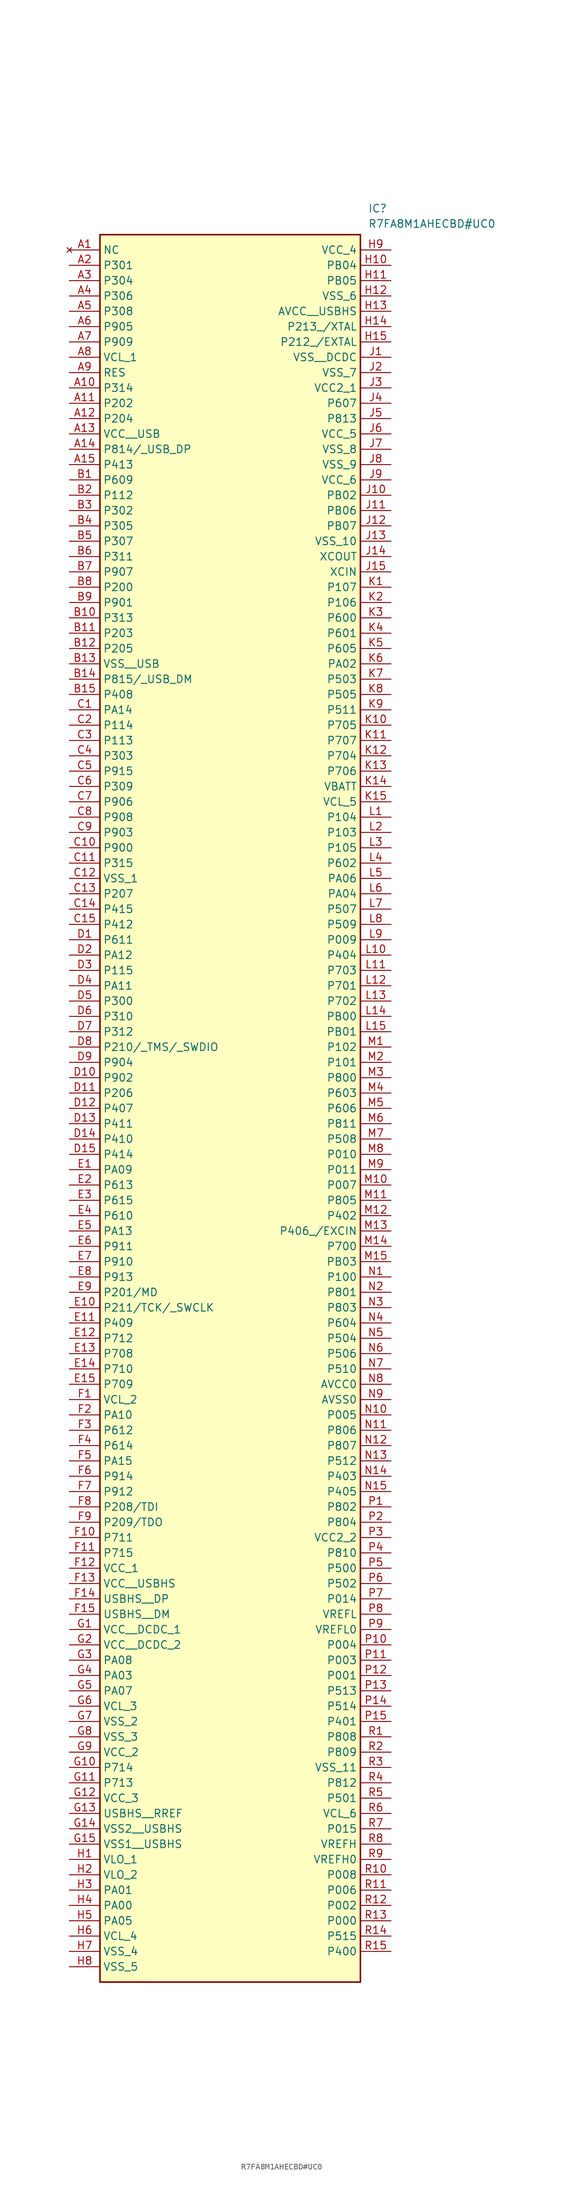
<source format=kicad_sym>
(kicad_symbol_lib
  (version 20211014)
  (generator SamacSys_ECAD_Model)
  (symbol "R7FA8M1AHECBD#UC0"
    (property "Reference" "IC"
      (at 49.53 7.62 0)
      (effects (font (size 1.27 1.27)) (justify left top)))
    (property "Value" "R7FA8M1AHECBD#UC0"
      (at 49.53 5.08 0)
      (effects (font (size 1.27 1.27)) (justify left top)))
    (rectangle
      (start 5.08 2.54)
      (end 48.26 -287.02)
      (stroke (width 0.254) (type default))
      (fill (type background)))
    (pin no_connect line
      (at 0 0 0)
      (length 5.08)
      (name "NC" (effects (font (size 1.27 1.27))))
      (number "A1" (effects (font (size 1.27 1.27)))))
    (pin passive line
      (at 0 -2.54 0)
      (length 5.08)
      (name "P301" (effects (font (size 1.27 1.27))))
      (number "A2" (effects (font (size 1.27 1.27)))))
    (pin passive line
      (at 0 -5.08 0)
      (length 5.08)
      (name "P304" (effects (font (size 1.27 1.27))))
      (number "A3" (effects (font (size 1.27 1.27)))))
    (pin passive line
      (at 0 -7.62 0)
      (length 5.08)
      (name "P306" (effects (font (size 1.27 1.27))))
      (number "A4" (effects (font (size 1.27 1.27)))))
    (pin passive line
      (at 0 -10.16 0)
      (length 5.08)
      (name "P308" (effects (font (size 1.27 1.27))))
      (number "A5" (effects (font (size 1.27 1.27)))))
    (pin passive line
      (at 0 -12.7 0)
      (length 5.08)
      (name "P905" (effects (font (size 1.27 1.27))))
      (number "A6" (effects (font (size 1.27 1.27)))))
    (pin passive line
      (at 0 -15.24 0)
      (length 5.08)
      (name "P909" (effects (font (size 1.27 1.27))))
      (number "A7" (effects (font (size 1.27 1.27)))))
    (pin passive line
      (at 0 -17.78 0)
      (length 5.08)
      (name "VCL_1" (effects (font (size 1.27 1.27))))
      (number "A8" (effects (font (size 1.27 1.27)))))
    (pin passive line
      (at 0 -20.32 0)
      (length 5.08)
      (name "RES" (effects (font (size 1.27 1.27))))
      (number "A9" (effects (font (size 1.27 1.27)))))
    (pin passive line
      (at 0 -22.86 0)
      (length 5.08)
      (name "P314" (effects (font (size 1.27 1.27))))
      (number "A10" (effects (font (size 1.27 1.27)))))
    (pin passive line
      (at 0 -25.4 0)
      (length 5.08)
      (name "P202" (effects (font (size 1.27 1.27))))
      (number "A11" (effects (font (size 1.27 1.27)))))
    (pin passive line
      (at 0 -27.94 0)
      (length 5.08)
      (name "P204" (effects (font (size 1.27 1.27))))
      (number "A12" (effects (font (size 1.27 1.27)))))
    (pin passive line
      (at 0 -30.48 0)
      (length 5.08)
      (name "VCC__USB" (effects (font (size 1.27 1.27))))
      (number "A13" (effects (font (size 1.27 1.27)))))
    (pin passive line
      (at 0 -33.02 0)
      (length 5.08)
      (name "P814/_USB_DP" (effects (font (size 1.27 1.27))))
      (number "A14" (effects (font (size 1.27 1.27)))))
    (pin passive line
      (at 0 -35.56 0)
      (length 5.08)
      (name "P413" (effects (font (size 1.27 1.27))))
      (number "A15" (effects (font (size 1.27 1.27)))))
    (pin passive line
      (at 0 -38.1 0)
      (length 5.08)
      (name "P609" (effects (font (size 1.27 1.27))))
      (number "B1" (effects (font (size 1.27 1.27)))))
    (pin passive line
      (at 0 -40.64 0)
      (length 5.08)
      (name "P112" (effects (font (size 1.27 1.27))))
      (number "B2" (effects (font (size 1.27 1.27)))))
    (pin passive line
      (at 0 -43.18 0)
      (length 5.08)
      (name "P302" (effects (font (size 1.27 1.27))))
      (number "B3" (effects (font (size 1.27 1.27)))))
    (pin passive line
      (at 0 -45.72 0)
      (length 5.08)
      (name "P305" (effects (font (size 1.27 1.27))))
      (number "B4" (effects (font (size 1.27 1.27)))))
    (pin passive line
      (at 0 -48.26 0)
      (length 5.08)
      (name "P307" (effects (font (size 1.27 1.27))))
      (number "B5" (effects (font (size 1.27 1.27)))))
    (pin passive line
      (at 0 -50.8 0)
      (length 5.08)
      (name "P311" (effects (font (size 1.27 1.27))))
      (number "B6" (effects (font (size 1.27 1.27)))))
    (pin passive line
      (at 0 -53.34 0)
      (length 5.08)
      (name "P907" (effects (font (size 1.27 1.27))))
      (number "B7" (effects (font (size 1.27 1.27)))))
    (pin passive line
      (at 0 -55.88 0)
      (length 5.08)
      (name "P200" (effects (font (size 1.27 1.27))))
      (number "B8" (effects (font (size 1.27 1.27)))))
    (pin passive line
      (at 0 -58.42 0)
      (length 5.08)
      (name "P901" (effects (font (size 1.27 1.27))))
      (number "B9" (effects (font (size 1.27 1.27)))))
    (pin passive line
      (at 0 -60.96 0)
      (length 5.08)
      (name "P313" (effects (font (size 1.27 1.27))))
      (number "B10" (effects (font (size 1.27 1.27)))))
    (pin passive line
      (at 0 -63.5 0)
      (length 5.08)
      (name "P203" (effects (font (size 1.27 1.27))))
      (number "B11" (effects (font (size 1.27 1.27)))))
    (pin passive line
      (at 0 -66.04 0)
      (length 5.08)
      (name "P205" (effects (font (size 1.27 1.27))))
      (number "B12" (effects (font (size 1.27 1.27)))))
    (pin passive line
      (at 0 -68.58 0)
      (length 5.08)
      (name "VSS__USB" (effects (font (size 1.27 1.27))))
      (number "B13" (effects (font (size 1.27 1.27)))))
    (pin passive line
      (at 0 -71.12 0)
      (length 5.08)
      (name "P815/_USB_DM" (effects (font (size 1.27 1.27))))
      (number "B14" (effects (font (size 1.27 1.27)))))
    (pin passive line
      (at 0 -73.66 0)
      (length 5.08)
      (name "P408" (effects (font (size 1.27 1.27))))
      (number "B15" (effects (font (size 1.27 1.27)))))
    (pin passive line
      (at 0 -76.2 0)
      (length 5.08)
      (name "PA14" (effects (font (size 1.27 1.27))))
      (number "C1" (effects (font (size 1.27 1.27)))))
    (pin passive line
      (at 0 -78.74 0)
      (length 5.08)
      (name "P114" (effects (font (size 1.27 1.27))))
      (number "C2" (effects (font (size 1.27 1.27)))))
    (pin passive line
      (at 0 -81.28 0)
      (length 5.08)
      (name "P113" (effects (font (size 1.27 1.27))))
      (number "C3" (effects (font (size 1.27 1.27)))))
    (pin passive line
      (at 0 -83.82 0)
      (length 5.08)
      (name "P303" (effects (font (size 1.27 1.27))))
      (number "C4" (effects (font (size 1.27 1.27)))))
    (pin passive line
      (at 0 -86.36 0)
      (length 5.08)
      (name "P915" (effects (font (size 1.27 1.27))))
      (number "C5" (effects (font (size 1.27 1.27)))))
    (pin passive line
      (at 0 -88.9 0)
      (length 5.08)
      (name "P309" (effects (font (size 1.27 1.27))))
      (number "C6" (effects (font (size 1.27 1.27)))))
    (pin passive line
      (at 0 -91.44 0)
      (length 5.08)
      (name "P906" (effects (font (size 1.27 1.27))))
      (number "C7" (effects (font (size 1.27 1.27)))))
    (pin passive line
      (at 0 -93.98 0)
      (length 5.08)
      (name "P908" (effects (font (size 1.27 1.27))))
      (number "C8" (effects (font (size 1.27 1.27)))))
    (pin passive line
      (at 0 -96.52 0)
      (length 5.08)
      (name "P903" (effects (font (size 1.27 1.27))))
      (number "C9" (effects (font (size 1.27 1.27)))))
    (pin passive line
      (at 0 -99.06 0)
      (length 5.08)
      (name "P900" (effects (font (size 1.27 1.27))))
      (number "C10" (effects (font (size 1.27 1.27)))))
    (pin passive line
      (at 0 -101.6 0)
      (length 5.08)
      (name "P315" (effects (font (size 1.27 1.27))))
      (number "C11" (effects (font (size 1.27 1.27)))))
    (pin passive line
      (at 0 -104.14 0)
      (length 5.08)
      (name "VSS_1" (effects (font (size 1.27 1.27))))
      (number "C12" (effects (font (size 1.27 1.27)))))
    (pin passive line
      (at 0 -106.68 0)
      (length 5.08)
      (name "P207" (effects (font (size 1.27 1.27))))
      (number "C13" (effects (font (size 1.27 1.27)))))
    (pin passive line
      (at 0 -109.22 0)
      (length 5.08)
      (name "P415" (effects (font (size 1.27 1.27))))
      (number "C14" (effects (font (size 1.27 1.27)))))
    (pin passive line
      (at 0 -111.76 0)
      (length 5.08)
      (name "P412" (effects (font (size 1.27 1.27))))
      (number "C15" (effects (font (size 1.27 1.27)))))
    (pin passive line
      (at 0 -114.3 0)
      (length 5.08)
      (name "P611" (effects (font (size 1.27 1.27))))
      (number "D1" (effects (font (size 1.27 1.27)))))
    (pin passive line
      (at 0 -116.84 0)
      (length 5.08)
      (name "PA12" (effects (font (size 1.27 1.27))))
      (number "D2" (effects (font (size 1.27 1.27)))))
    (pin passive line
      (at 0 -119.38 0)
      (length 5.08)
      (name "P115" (effects (font (size 1.27 1.27))))
      (number "D3" (effects (font (size 1.27 1.27)))))
    (pin passive line
      (at 0 -121.92 0)
      (length 5.08)
      (name "PA11" (effects (font (size 1.27 1.27))))
      (number "D4" (effects (font (size 1.27 1.27)))))
    (pin passive line
      (at 0 -124.46 0)
      (length 5.08)
      (name "P300" (effects (font (size 1.27 1.27))))
      (number "D5" (effects (font (size 1.27 1.27)))))
    (pin passive line
      (at 0 -127 0)
      (length 5.08)
      (name "P310" (effects (font (size 1.27 1.27))))
      (number "D6" (effects (font (size 1.27 1.27)))))
    (pin passive line
      (at 0 -129.54 0)
      (length 5.08)
      (name "P312" (effects (font (size 1.27 1.27))))
      (number "D7" (effects (font (size 1.27 1.27)))))
    (pin passive line
      (at 0 -132.08 0)
      (length 5.08)
      (name "P210/_TMS/_SWDIO" (effects (font (size 1.27 1.27))))
      (number "D8" (effects (font (size 1.27 1.27)))))
    (pin passive line
      (at 0 -134.62 0)
      (length 5.08)
      (name "P904" (effects (font (size 1.27 1.27))))
      (number "D9" (effects (font (size 1.27 1.27)))))
    (pin passive line
      (at 0 -137.16 0)
      (length 5.08)
      (name "P902" (effects (font (size 1.27 1.27))))
      (number "D10" (effects (font (size 1.27 1.27)))))
    (pin passive line
      (at 0 -139.7 0)
      (length 5.08)
      (name "P206" (effects (font (size 1.27 1.27))))
      (number "D11" (effects (font (size 1.27 1.27)))))
    (pin passive line
      (at 0 -142.24 0)
      (length 5.08)
      (name "P407" (effects (font (size 1.27 1.27))))
      (number "D12" (effects (font (size 1.27 1.27)))))
    (pin passive line
      (at 0 -144.78 0)
      (length 5.08)
      (name "P411" (effects (font (size 1.27 1.27))))
      (number "D13" (effects (font (size 1.27 1.27)))))
    (pin passive line
      (at 0 -147.32 0)
      (length 5.08)
      (name "P410" (effects (font (size 1.27 1.27))))
      (number "D14" (effects (font (size 1.27 1.27)))))
    (pin passive line
      (at 0 -149.86 0)
      (length 5.08)
      (name "P414" (effects (font (size 1.27 1.27))))
      (number "D15" (effects (font (size 1.27 1.27)))))
    (pin passive line
      (at 0 -152.4 0)
      (length 5.08)
      (name "PA09" (effects (font (size 1.27 1.27))))
      (number "E1" (effects (font (size 1.27 1.27)))))
    (pin passive line
      (at 0 -154.94 0)
      (length 5.08)
      (name "P613" (effects (font (size 1.27 1.27))))
      (number "E2" (effects (font (size 1.27 1.27)))))
    (pin passive line
      (at 0 -157.48 0)
      (length 5.08)
      (name "P615" (effects (font (size 1.27 1.27))))
      (number "E3" (effects (font (size 1.27 1.27)))))
    (pin passive line
      (at 0 -160.02 0)
      (length 5.08)
      (name "P610" (effects (font (size 1.27 1.27))))
      (number "E4" (effects (font (size 1.27 1.27)))))
    (pin passive line
      (at 0 -162.56 0)
      (length 5.08)
      (name "PA13" (effects (font (size 1.27 1.27))))
      (number "E5" (effects (font (size 1.27 1.27)))))
    (pin passive line
      (at 0 -165.1 0)
      (length 5.08)
      (name "P911" (effects (font (size 1.27 1.27))))
      (number "E6" (effects (font (size 1.27 1.27)))))
    (pin passive line
      (at 0 -167.64 0)
      (length 5.08)
      (name "P910" (effects (font (size 1.27 1.27))))
      (number "E7" (effects (font (size 1.27 1.27)))))
    (pin passive line
      (at 0 -170.18 0)
      (length 5.08)
      (name "P913" (effects (font (size 1.27 1.27))))
      (number "E8" (effects (font (size 1.27 1.27)))))
    (pin passive line
      (at 0 -172.72 0)
      (length 5.08)
      (name "P201/MD" (effects (font (size 1.27 1.27))))
      (number "E9" (effects (font (size 1.27 1.27)))))
    (pin passive line
      (at 0 -175.26 0)
      (length 5.08)
      (name "P211/TCK/_SWCLK" (effects (font (size 1.27 1.27))))
      (number "E10" (effects (font (size 1.27 1.27)))))
    (pin passive line
      (at 0 -177.8 0)
      (length 5.08)
      (name "P409" (effects (font (size 1.27 1.27))))
      (number "E11" (effects (font (size 1.27 1.27)))))
    (pin passive line
      (at 0 -180.34 0)
      (length 5.08)
      (name "P712" (effects (font (size 1.27 1.27))))
      (number "E12" (effects (font (size 1.27 1.27)))))
    (pin passive line
      (at 0 -182.88 0)
      (length 5.08)
      (name "P708" (effects (font (size 1.27 1.27))))
      (number "E13" (effects (font (size 1.27 1.27)))))
    (pin passive line
      (at 0 -185.42 0)
      (length 5.08)
      (name "P710" (effects (font (size 1.27 1.27))))
      (number "E14" (effects (font (size 1.27 1.27)))))
    (pin passive line
      (at 0 -187.96 0)
      (length 5.08)
      (name "P709" (effects (font (size 1.27 1.27))))
      (number "E15" (effects (font (size 1.27 1.27)))))
    (pin passive line
      (at 0 -190.5 0)
      (length 5.08)
      (name "VCL_2" (effects (font (size 1.27 1.27))))
      (number "F1" (effects (font (size 1.27 1.27)))))
    (pin passive line
      (at 0 -193.04 0)
      (length 5.08)
      (name "PA10" (effects (font (size 1.27 1.27))))
      (number "F2" (effects (font (size 1.27 1.27)))))
    (pin passive line
      (at 0 -195.58 0)
      (length 5.08)
      (name "P612" (effects (font (size 1.27 1.27))))
      (number "F3" (effects (font (size 1.27 1.27)))))
    (pin passive line
      (at 0 -198.12 0)
      (length 5.08)
      (name "P614" (effects (font (size 1.27 1.27))))
      (number "F4" (effects (font (size 1.27 1.27)))))
    (pin passive line
      (at 0 -200.66 0)
      (length 5.08)
      (name "PA15" (effects (font (size 1.27 1.27))))
      (number "F5" (effects (font (size 1.27 1.27)))))
    (pin passive line
      (at 0 -203.2 0)
      (length 5.08)
      (name "P914" (effects (font (size 1.27 1.27))))
      (number "F6" (effects (font (size 1.27 1.27)))))
    (pin passive line
      (at 0 -205.74 0)
      (length 5.08)
      (name "P912" (effects (font (size 1.27 1.27))))
      (number "F7" (effects (font (size 1.27 1.27)))))
    (pin passive line
      (at 0 -208.28 0)
      (length 5.08)
      (name "P208/TDI" (effects (font (size 1.27 1.27))))
      (number "F8" (effects (font (size 1.27 1.27)))))
    (pin passive line
      (at 0 -210.82 0)
      (length 5.08)
      (name "P209/TDO" (effects (font (size 1.27 1.27))))
      (number "F9" (effects (font (size 1.27 1.27)))))
    (pin passive line
      (at 0 -213.36 0)
      (length 5.08)
      (name "P711" (effects (font (size 1.27 1.27))))
      (number "F10" (effects (font (size 1.27 1.27)))))
    (pin passive line
      (at 0 -215.9 0)
      (length 5.08)
      (name "P715" (effects (font (size 1.27 1.27))))
      (number "F11" (effects (font (size 1.27 1.27)))))
    (pin passive line
      (at 0 -218.44 0)
      (length 5.08)
      (name "VCC_1" (effects (font (size 1.27 1.27))))
      (number "F12" (effects (font (size 1.27 1.27)))))
    (pin passive line
      (at 0 -220.98 0)
      (length 5.08)
      (name "VCC__USBHS" (effects (font (size 1.27 1.27))))
      (number "F13" (effects (font (size 1.27 1.27)))))
    (pin passive line
      (at 0 -223.52 0)
      (length 5.08)
      (name "USBHS__DP" (effects (font (size 1.27 1.27))))
      (number "F14" (effects (font (size 1.27 1.27)))))
    (pin passive line
      (at 0 -226.06 0)
      (length 5.08)
      (name "USBHS__DM" (effects (font (size 1.27 1.27))))
      (number "F15" (effects (font (size 1.27 1.27)))))
    (pin passive line
      (at 0 -228.6 0)
      (length 5.08)
      (name "VCC__DCDC_1" (effects (font (size 1.27 1.27))))
      (number "G1" (effects (font (size 1.27 1.27)))))
    (pin passive line
      (at 0 -231.14 0)
      (length 5.08)
      (name "VCC__DCDC_2" (effects (font (size 1.27 1.27))))
      (number "G2" (effects (font (size 1.27 1.27)))))
    (pin passive line
      (at 0 -233.68 0)
      (length 5.08)
      (name "PA08" (effects (font (size 1.27 1.27))))
      (number "G3" (effects (font (size 1.27 1.27)))))
    (pin passive line
      (at 0 -236.22 0)
      (length 5.08)
      (name "PA03" (effects (font (size 1.27 1.27))))
      (number "G4" (effects (font (size 1.27 1.27)))))
    (pin passive line
      (at 0 -238.76 0)
      (length 5.08)
      (name "PA07" (effects (font (size 1.27 1.27))))
      (number "G5" (effects (font (size 1.27 1.27)))))
    (pin passive line
      (at 0 -241.3 0)
      (length 5.08)
      (name "VCL_3" (effects (font (size 1.27 1.27))))
      (number "G6" (effects (font (size 1.27 1.27)))))
    (pin passive line
      (at 0 -243.84 0)
      (length 5.08)
      (name "VSS_2" (effects (font (size 1.27 1.27))))
      (number "G7" (effects (font (size 1.27 1.27)))))
    (pin passive line
      (at 0 -246.38 0)
      (length 5.08)
      (name "VSS_3" (effects (font (size 1.27 1.27))))
      (number "G8" (effects (font (size 1.27 1.27)))))
    (pin passive line
      (at 0 -248.92 0)
      (length 5.08)
      (name "VCC_2" (effects (font (size 1.27 1.27))))
      (number "G9" (effects (font (size 1.27 1.27)))))
    (pin passive line
      (at 0 -251.46 0)
      (length 5.08)
      (name "P714" (effects (font (size 1.27 1.27))))
      (number "G10" (effects (font (size 1.27 1.27)))))
    (pin passive line
      (at 0 -254 0)
      (length 5.08)
      (name "P713" (effects (font (size 1.27 1.27))))
      (number "G11" (effects (font (size 1.27 1.27)))))
    (pin passive line
      (at 0 -256.54 0)
      (length 5.08)
      (name "VCC_3" (effects (font (size 1.27 1.27))))
      (number "G12" (effects (font (size 1.27 1.27)))))
    (pin passive line
      (at 0 -259.08 0)
      (length 5.08)
      (name "USBHS__RREF" (effects (font (size 1.27 1.27))))
      (number "G13" (effects (font (size 1.27 1.27)))))
    (pin passive line
      (at 0 -261.62 0)
      (length 5.08)
      (name "VSS2__USBHS" (effects (font (size 1.27 1.27))))
      (number "G14" (effects (font (size 1.27 1.27)))))
    (pin passive line
      (at 0 -264.16 0)
      (length 5.08)
      (name "VSS1__USBHS" (effects (font (size 1.27 1.27))))
      (number "G15" (effects (font (size 1.27 1.27)))))
    (pin passive line
      (at 0 -266.7 0)
      (length 5.08)
      (name "VLO_1" (effects (font (size 1.27 1.27))))
      (number "H1" (effects (font (size 1.27 1.27)))))
    (pin passive line
      (at 0 -269.24 0)
      (length 5.08)
      (name "VLO_2" (effects (font (size 1.27 1.27))))
      (number "H2" (effects (font (size 1.27 1.27)))))
    (pin passive line
      (at 0 -271.78 0)
      (length 5.08)
      (name "PA01" (effects (font (size 1.27 1.27))))
      (number "H3" (effects (font (size 1.27 1.27)))))
    (pin passive line
      (at 0 -274.32 0)
      (length 5.08)
      (name "PA00" (effects (font (size 1.27 1.27))))
      (number "H4" (effects (font (size 1.27 1.27)))))
    (pin passive line
      (at 0 -276.86 0)
      (length 5.08)
      (name "PA05" (effects (font (size 1.27 1.27))))
      (number "H5" (effects (font (size 1.27 1.27)))))
    (pin passive line
      (at 0 -279.4 0)
      (length 5.08)
      (name "VCL_4" (effects (font (size 1.27 1.27))))
      (number "H6" (effects (font (size 1.27 1.27)))))
    (pin passive line
      (at 0 -281.94 0)
      (length 5.08)
      (name "VSS_4" (effects (font (size 1.27 1.27))))
      (number "H7" (effects (font (size 1.27 1.27)))))
    (pin passive line
      (at 0 -284.48 0)
      (length 5.08)
      (name "VSS_5" (effects (font (size 1.27 1.27))))
      (number "H8" (effects (font (size 1.27 1.27)))))
    (pin passive line
      (at 53.34 0 180)
      (length 5.08)
      (name "VCC_4" (effects (font (size 1.27 1.27))))
      (number "H9" (effects (font (size 1.27 1.27)))))
    (pin passive line
      (at 53.34 -2.54 180)
      (length 5.08)
      (name "PB04" (effects (font (size 1.27 1.27))))
      (number "H10" (effects (font (size 1.27 1.27)))))
    (pin passive line
      (at 53.34 -5.08 180)
      (length 5.08)
      (name "PB05" (effects (font (size 1.27 1.27))))
      (number "H11" (effects (font (size 1.27 1.27)))))
    (pin passive line
      (at 53.34 -7.62 180)
      (length 5.08)
      (name "VSS_6" (effects (font (size 1.27 1.27))))
      (number "H12" (effects (font (size 1.27 1.27)))))
    (pin passive line
      (at 53.34 -10.16 180)
      (length 5.08)
      (name "AVCC__USBHS" (effects (font (size 1.27 1.27))))
      (number "H13" (effects (font (size 1.27 1.27)))))
    (pin passive line
      (at 53.34 -12.7 180)
      (length 5.08)
      (name "P213_/XTAL" (effects (font (size 1.27 1.27))))
      (number "H14" (effects (font (size 1.27 1.27)))))
    (pin passive line
      (at 53.34 -15.24 180)
      (length 5.08)
      (name "P212_/EXTAL" (effects (font (size 1.27 1.27))))
      (number "H15" (effects (font (size 1.27 1.27)))))
    (pin passive line
      (at 53.34 -17.78 180)
      (length 5.08)
      (name "VSS__DCDC" (effects (font (size 1.27 1.27))))
      (number "J1" (effects (font (size 1.27 1.27)))))
    (pin passive line
      (at 53.34 -20.32 180)
      (length 5.08)
      (name "VSS_7" (effects (font (size 1.27 1.27))))
      (number "J2" (effects (font (size 1.27 1.27)))))
    (pin passive line
      (at 53.34 -22.86 180)
      (length 5.08)
      (name "VCC2_1" (effects (font (size 1.27 1.27))))
      (number "J3" (effects (font (size 1.27 1.27)))))
    (pin passive line
      (at 53.34 -25.4 180)
      (length 5.08)
      (name "P607" (effects (font (size 1.27 1.27))))
      (number "J4" (effects (font (size 1.27 1.27)))))
    (pin passive line
      (at 53.34 -27.94 180)
      (length 5.08)
      (name "P813" (effects (font (size 1.27 1.27))))
      (number "J5" (effects (font (size 1.27 1.27)))))
    (pin passive line
      (at 53.34 -30.48 180)
      (length 5.08)
      (name "VCC_5" (effects (font (size 1.27 1.27))))
      (number "J6" (effects (font (size 1.27 1.27)))))
    (pin passive line
      (at 53.34 -33.02 180)
      (length 5.08)
      (name "VSS_8" (effects (font (size 1.27 1.27))))
      (number "J7" (effects (font (size 1.27 1.27)))))
    (pin passive line
      (at 53.34 -35.56 180)
      (length 5.08)
      (name "VSS_9" (effects (font (size 1.27 1.27))))
      (number "J8" (effects (font (size 1.27 1.27)))))
    (pin passive line
      (at 53.34 -38.1 180)
      (length 5.08)
      (name "VCC_6" (effects (font (size 1.27 1.27))))
      (number "J9" (effects (font (size 1.27 1.27)))))
    (pin passive line
      (at 53.34 -40.64 180)
      (length 5.08)
      (name "PB02" (effects (font (size 1.27 1.27))))
      (number "J10" (effects (font (size 1.27 1.27)))))
    (pin passive line
      (at 53.34 -43.18 180)
      (length 5.08)
      (name "PB06" (effects (font (size 1.27 1.27))))
      (number "J11" (effects (font (size 1.27 1.27)))))
    (pin passive line
      (at 53.34 -45.72 180)
      (length 5.08)
      (name "PB07" (effects (font (size 1.27 1.27))))
      (number "J12" (effects (font (size 1.27 1.27)))))
    (pin passive line
      (at 53.34 -48.26 180)
      (length 5.08)
      (name "VSS_10" (effects (font (size 1.27 1.27))))
      (number "J13" (effects (font (size 1.27 1.27)))))
    (pin passive line
      (at 53.34 -50.8 180)
      (length 5.08)
      (name "XCOUT" (effects (font (size 1.27 1.27))))
      (number "J14" (effects (font (size 1.27 1.27)))))
    (pin passive line
      (at 53.34 -53.34 180)
      (length 5.08)
      (name "XCIN" (effects (font (size 1.27 1.27))))
      (number "J15" (effects (font (size 1.27 1.27)))))
    (pin passive line
      (at 53.34 -55.88 180)
      (length 5.08)
      (name "P107" (effects (font (size 1.27 1.27))))
      (number "K1" (effects (font (size 1.27 1.27)))))
    (pin passive line
      (at 53.34 -58.42 180)
      (length 5.08)
      (name "P106" (effects (font (size 1.27 1.27))))
      (number "K2" (effects (font (size 1.27 1.27)))))
    (pin passive line
      (at 53.34 -60.96 180)
      (length 5.08)
      (name "P600" (effects (font (size 1.27 1.27))))
      (number "K3" (effects (font (size 1.27 1.27)))))
    (pin passive line
      (at 53.34 -63.5 180)
      (length 5.08)
      (name "P601" (effects (font (size 1.27 1.27))))
      (number "K4" (effects (font (size 1.27 1.27)))))
    (pin passive line
      (at 53.34 -66.04 180)
      (length 5.08)
      (name "P605" (effects (font (size 1.27 1.27))))
      (number "K5" (effects (font (size 1.27 1.27)))))
    (pin passive line
      (at 53.34 -68.58 180)
      (length 5.08)
      (name "PA02" (effects (font (size 1.27 1.27))))
      (number "K6" (effects (font (size 1.27 1.27)))))
    (pin passive line
      (at 53.34 -71.12 180)
      (length 5.08)
      (name "P503" (effects (font (size 1.27 1.27))))
      (number "K7" (effects (font (size 1.27 1.27)))))
    (pin passive line
      (at 53.34 -73.66 180)
      (length 5.08)
      (name "P505" (effects (font (size 1.27 1.27))))
      (number "K8" (effects (font (size 1.27 1.27)))))
    (pin passive line
      (at 53.34 -76.2 180)
      (length 5.08)
      (name "P511" (effects (font (size 1.27 1.27))))
      (number "K9" (effects (font (size 1.27 1.27)))))
    (pin passive line
      (at 53.34 -78.74 180)
      (length 5.08)
      (name "P705" (effects (font (size 1.27 1.27))))
      (number "K10" (effects (font (size 1.27 1.27)))))
    (pin passive line
      (at 53.34 -81.28 180)
      (length 5.08)
      (name "P707" (effects (font (size 1.27 1.27))))
      (number "K11" (effects (font (size 1.27 1.27)))))
    (pin passive line
      (at 53.34 -83.82 180)
      (length 5.08)
      (name "P704" (effects (font (size 1.27 1.27))))
      (number "K12" (effects (font (size 1.27 1.27)))))
    (pin passive line
      (at 53.34 -86.36 180)
      (length 5.08)
      (name "P706" (effects (font (size 1.27 1.27))))
      (number "K13" (effects (font (size 1.27 1.27)))))
    (pin passive line
      (at 53.34 -88.9 180)
      (length 5.08)
      (name "VBATT" (effects (font (size 1.27 1.27))))
      (number "K14" (effects (font (size 1.27 1.27)))))
    (pin passive line
      (at 53.34 -91.44 180)
      (length 5.08)
      (name "VCL_5" (effects (font (size 1.27 1.27))))
      (number "K15" (effects (font (size 1.27 1.27)))))
    (pin passive line
      (at 53.34 -93.98 180)
      (length 5.08)
      (name "P104" (effects (font (size 1.27 1.27))))
      (number "L1" (effects (font (size 1.27 1.27)))))
    (pin passive line
      (at 53.34 -96.52 180)
      (length 5.08)
      (name "P103" (effects (font (size 1.27 1.27))))
      (number "L2" (effects (font (size 1.27 1.27)))))
    (pin passive line
      (at 53.34 -99.06 180)
      (length 5.08)
      (name "P105" (effects (font (size 1.27 1.27))))
      (number "L3" (effects (font (size 1.27 1.27)))))
    (pin passive line
      (at 53.34 -101.6 180)
      (length 5.08)
      (name "P602" (effects (font (size 1.27 1.27))))
      (number "L4" (effects (font (size 1.27 1.27)))))
    (pin passive line
      (at 53.34 -104.14 180)
      (length 5.08)
      (name "PA06" (effects (font (size 1.27 1.27))))
      (number "L5" (effects (font (size 1.27 1.27)))))
    (pin passive line
      (at 53.34 -106.68 180)
      (length 5.08)
      (name "PA04" (effects (font (size 1.27 1.27))))
      (number "L6" (effects (font (size 1.27 1.27)))))
    (pin passive line
      (at 53.34 -109.22 180)
      (length 5.08)
      (name "P507" (effects (font (size 1.27 1.27))))
      (number "L7" (effects (font (size 1.27 1.27)))))
    (pin passive line
      (at 53.34 -111.76 180)
      (length 5.08)
      (name "P509" (effects (font (size 1.27 1.27))))
      (number "L8" (effects (font (size 1.27 1.27)))))
    (pin passive line
      (at 53.34 -114.3 180)
      (length 5.08)
      (name "P009" (effects (font (size 1.27 1.27))))
      (number "L9" (effects (font (size 1.27 1.27)))))
    (pin passive line
      (at 53.34 -116.84 180)
      (length 5.08)
      (name "P404" (effects (font (size 1.27 1.27))))
      (number "L10" (effects (font (size 1.27 1.27)))))
    (pin passive line
      (at 53.34 -119.38 180)
      (length 5.08)
      (name "P703" (effects (font (size 1.27 1.27))))
      (number "L11" (effects (font (size 1.27 1.27)))))
    (pin passive line
      (at 53.34 -121.92 180)
      (length 5.08)
      (name "P701" (effects (font (size 1.27 1.27))))
      (number "L12" (effects (font (size 1.27 1.27)))))
    (pin passive line
      (at 53.34 -124.46 180)
      (length 5.08)
      (name "P702" (effects (font (size 1.27 1.27))))
      (number "L13" (effects (font (size 1.27 1.27)))))
    (pin passive line
      (at 53.34 -127 180)
      (length 5.08)
      (name "PB00" (effects (font (size 1.27 1.27))))
      (number "L14" (effects (font (size 1.27 1.27)))))
    (pin passive line
      (at 53.34 -129.54 180)
      (length 5.08)
      (name "PB01" (effects (font (size 1.27 1.27))))
      (number "L15" (effects (font (size 1.27 1.27)))))
    (pin passive line
      (at 53.34 -132.08 180)
      (length 5.08)
      (name "P102" (effects (font (size 1.27 1.27))))
      (number "M1" (effects (font (size 1.27 1.27)))))
    (pin passive line
      (at 53.34 -134.62 180)
      (length 5.08)
      (name "P101" (effects (font (size 1.27 1.27))))
      (number "M2" (effects (font (size 1.27 1.27)))))
    (pin passive line
      (at 53.34 -137.16 180)
      (length 5.08)
      (name "P800" (effects (font (size 1.27 1.27))))
      (number "M3" (effects (font (size 1.27 1.27)))))
    (pin passive line
      (at 53.34 -139.7 180)
      (length 5.08)
      (name "P603" (effects (font (size 1.27 1.27))))
      (number "M4" (effects (font (size 1.27 1.27)))))
    (pin passive line
      (at 53.34 -142.24 180)
      (length 5.08)
      (name "P606" (effects (font (size 1.27 1.27))))
      (number "M5" (effects (font (size 1.27 1.27)))))
    (pin passive line
      (at 53.34 -144.78 180)
      (length 5.08)
      (name "P811" (effects (font (size 1.27 1.27))))
      (number "M6" (effects (font (size 1.27 1.27)))))
    (pin passive line
      (at 53.34 -147.32 180)
      (length 5.08)
      (name "P508" (effects (font (size 1.27 1.27))))
      (number "M7" (effects (font (size 1.27 1.27)))))
    (pin passive line
      (at 53.34 -149.86 180)
      (length 5.08)
      (name "P010" (effects (font (size 1.27 1.27))))
      (number "M8" (effects (font (size 1.27 1.27)))))
    (pin passive line
      (at 53.34 -152.4 180)
      (length 5.08)
      (name "P011" (effects (font (size 1.27 1.27))))
      (number "M9" (effects (font (size 1.27 1.27)))))
    (pin passive line
      (at 53.34 -154.94 180)
      (length 5.08)
      (name "P007" (effects (font (size 1.27 1.27))))
      (number "M10" (effects (font (size 1.27 1.27)))))
    (pin passive line
      (at 53.34 -157.48 180)
      (length 5.08)
      (name "P805" (effects (font (size 1.27 1.27))))
      (number "M11" (effects (font (size 1.27 1.27)))))
    (pin passive line
      (at 53.34 -160.02 180)
      (length 5.08)
      (name "P402" (effects (font (size 1.27 1.27))))
      (number "M12" (effects (font (size 1.27 1.27)))))
    (pin passive line
      (at 53.34 -162.56 180)
      (length 5.08)
      (name "P406_/EXCIN" (effects (font (size 1.27 1.27))))
      (number "M13" (effects (font (size 1.27 1.27)))))
    (pin passive line
      (at 53.34 -165.1 180)
      (length 5.08)
      (name "P700" (effects (font (size 1.27 1.27))))
      (number "M14" (effects (font (size 1.27 1.27)))))
    (pin passive line
      (at 53.34 -167.64 180)
      (length 5.08)
      (name "PB03" (effects (font (size 1.27 1.27))))
      (number "M15" (effects (font (size 1.27 1.27)))))
    (pin passive line
      (at 53.34 -170.18 180)
      (length 5.08)
      (name "P100" (effects (font (size 1.27 1.27))))
      (number "N1" (effects (font (size 1.27 1.27)))))
    (pin passive line
      (at 53.34 -172.72 180)
      (length 5.08)
      (name "P801" (effects (font (size 1.27 1.27))))
      (number "N2" (effects (font (size 1.27 1.27)))))
    (pin passive line
      (at 53.34 -175.26 180)
      (length 5.08)
      (name "P803" (effects (font (size 1.27 1.27))))
      (number "N3" (effects (font (size 1.27 1.27)))))
    (pin passive line
      (at 53.34 -177.8 180)
      (length 5.08)
      (name "P604" (effects (font (size 1.27 1.27))))
      (number "N4" (effects (font (size 1.27 1.27)))))
    (pin passive line
      (at 53.34 -180.34 180)
      (length 5.08)
      (name "P504" (effects (font (size 1.27 1.27))))
      (number "N5" (effects (font (size 1.27 1.27)))))
    (pin passive line
      (at 53.34 -182.88 180)
      (length 5.08)
      (name "P506" (effects (font (size 1.27 1.27))))
      (number "N6" (effects (font (size 1.27 1.27)))))
    (pin passive line
      (at 53.34 -185.42 180)
      (length 5.08)
      (name "P510" (effects (font (size 1.27 1.27))))
      (number "N7" (effects (font (size 1.27 1.27)))))
    (pin passive line
      (at 53.34 -187.96 180)
      (length 5.08)
      (name "AVCC0" (effects (font (size 1.27 1.27))))
      (number "N8" (effects (font (size 1.27 1.27)))))
    (pin passive line
      (at 53.34 -190.5 180)
      (length 5.08)
      (name "AVSS0" (effects (font (size 1.27 1.27))))
      (number "N9" (effects (font (size 1.27 1.27)))))
    (pin passive line
      (at 53.34 -193.04 180)
      (length 5.08)
      (name "P005" (effects (font (size 1.27 1.27))))
      (number "N10" (effects (font (size 1.27 1.27)))))
    (pin passive line
      (at 53.34 -195.58 180)
      (length 5.08)
      (name "P806" (effects (font (size 1.27 1.27))))
      (number "N11" (effects (font (size 1.27 1.27)))))
    (pin passive line
      (at 53.34 -198.12 180)
      (length 5.08)
      (name "P807" (effects (font (size 1.27 1.27))))
      (number "N12" (effects (font (size 1.27 1.27)))))
    (pin passive line
      (at 53.34 -200.66 180)
      (length 5.08)
      (name "P512" (effects (font (size 1.27 1.27))))
      (number "N13" (effects (font (size 1.27 1.27)))))
    (pin passive line
      (at 53.34 -203.2 180)
      (length 5.08)
      (name "P403" (effects (font (size 1.27 1.27))))
      (number "N14" (effects (font (size 1.27 1.27)))))
    (pin passive line
      (at 53.34 -205.74 180)
      (length 5.08)
      (name "P405" (effects (font (size 1.27 1.27))))
      (number "N15" (effects (font (size 1.27 1.27)))))
    (pin passive line
      (at 53.34 -208.28 180)
      (length 5.08)
      (name "P802" (effects (font (size 1.27 1.27))))
      (number "P1" (effects (font (size 1.27 1.27)))))
    (pin passive line
      (at 53.34 -210.82 180)
      (length 5.08)
      (name "P804" (effects (font (size 1.27 1.27))))
      (number "P2" (effects (font (size 1.27 1.27)))))
    (pin passive line
      (at 53.34 -213.36 180)
      (length 5.08)
      (name "VCC2_2" (effects (font (size 1.27 1.27))))
      (number "P3" (effects (font (size 1.27 1.27)))))
    (pin passive line
      (at 53.34 -215.9 180)
      (length 5.08)
      (name "P810" (effects (font (size 1.27 1.27))))
      (number "P4" (effects (font (size 1.27 1.27)))))
    (pin passive line
      (at 53.34 -218.44 180)
      (length 5.08)
      (name "P500" (effects (font (size 1.27 1.27))))
      (number "P5" (effects (font (size 1.27 1.27)))))
    (pin passive line
      (at 53.34 -220.98 180)
      (length 5.08)
      (name "P502" (effects (font (size 1.27 1.27))))
      (number "P6" (effects (font (size 1.27 1.27)))))
    (pin passive line
      (at 53.34 -223.52 180)
      (length 5.08)
      (name "P014" (effects (font (size 1.27 1.27))))
      (number "P7" (effects (font (size 1.27 1.27)))))
    (pin passive line
      (at 53.34 -226.06 180)
      (length 5.08)
      (name "VREFL" (effects (font (size 1.27 1.27))))
      (number "P8" (effects (font (size 1.27 1.27)))))
    (pin passive line
      (at 53.34 -228.6 180)
      (length 5.08)
      (name "VREFL0" (effects (font (size 1.27 1.27))))
      (number "P9" (effects (font (size 1.27 1.27)))))
    (pin passive line
      (at 53.34 -231.14 180)
      (length 5.08)
      (name "P004" (effects (font (size 1.27 1.27))))
      (number "P10" (effects (font (size 1.27 1.27)))))
    (pin passive line
      (at 53.34 -233.68 180)
      (length 5.08)
      (name "P003" (effects (font (size 1.27 1.27))))
      (number "P11" (effects (font (size 1.27 1.27)))))
    (pin passive line
      (at 53.34 -236.22 180)
      (length 5.08)
      (name "P001" (effects (font (size 1.27 1.27))))
      (number "P12" (effects (font (size 1.27 1.27)))))
    (pin passive line
      (at 53.34 -238.76 180)
      (length 5.08)
      (name "P513" (effects (font (size 1.27 1.27))))
      (number "P13" (effects (font (size 1.27 1.27)))))
    (pin passive line
      (at 53.34 -241.3 180)
      (length 5.08)
      (name "P514" (effects (font (size 1.27 1.27))))
      (number "P14" (effects (font (size 1.27 1.27)))))
    (pin passive line
      (at 53.34 -243.84 180)
      (length 5.08)
      (name "P401" (effects (font (size 1.27 1.27))))
      (number "P15" (effects (font (size 1.27 1.27)))))
    (pin passive line
      (at 53.34 -246.38 180)
      (length 5.08)
      (name "P808" (effects (font (size 1.27 1.27))))
      (number "R1" (effects (font (size 1.27 1.27)))))
    (pin passive line
      (at 53.34 -248.92 180)
      (length 5.08)
      (name "P809" (effects (font (size 1.27 1.27))))
      (number "R2" (effects (font (size 1.27 1.27)))))
    (pin passive line
      (at 53.34 -251.46 180)
      (length 5.08)
      (name "VSS_11" (effects (font (size 1.27 1.27))))
      (number "R3" (effects (font (size 1.27 1.27)))))
    (pin passive line
      (at 53.34 -254 180)
      (length 5.08)
      (name "P812" (effects (font (size 1.27 1.27))))
      (number "R4" (effects (font (size 1.27 1.27)))))
    (pin passive line
      (at 53.34 -256.54 180)
      (length 5.08)
      (name "P501" (effects (font (size 1.27 1.27))))
      (number "R5" (effects (font (size 1.27 1.27)))))
    (pin passive line
      (at 53.34 -259.08 180)
      (length 5.08)
      (name "VCL_6" (effects (font (size 1.27 1.27))))
      (number "R6" (effects (font (size 1.27 1.27)))))
    (pin passive line
      (at 53.34 -261.62 180)
      (length 5.08)
      (name "P015" (effects (font (size 1.27 1.27))))
      (number "R7" (effects (font (size 1.27 1.27)))))
    (pin passive line
      (at 53.34 -264.16 180)
      (length 5.08)
      (name "VREFH" (effects (font (size 1.27 1.27))))
      (number "R8" (effects (font (size 1.27 1.27)))))
    (pin passive line
      (at 53.34 -266.7 180)
      (length 5.08)
      (name "VREFH0" (effects (font (size 1.27 1.27))))
      (number "R9" (effects (font (size 1.27 1.27)))))
    (pin passive line
      (at 53.34 -269.24 180)
      (length 5.08)
      (name "P008" (effects (font (size 1.27 1.27))))
      (number "R10" (effects (font (size 1.27 1.27)))))
    (pin passive line
      (at 53.34 -271.78 180)
      (length 5.08)
      (name "P006" (effects (font (size 1.27 1.27))))
      (number "R11" (effects (font (size 1.27 1.27)))))
    (pin passive line
      (at 53.34 -274.32 180)
      (length 5.08)
      (name "P002" (effects (font (size 1.27 1.27))))
      (number "R12" (effects (font (size 1.27 1.27)))))
    (pin passive line
      (at 53.34 -276.86 180)
      (length 5.08)
      (name "P000" (effects (font (size 1.27 1.27))))
      (number "R13" (effects (font (size 1.27 1.27)))))
    (pin passive line
      (at 53.34 -279.4 180)
      (length 5.08)
      (name "P515" (effects (font (size 1.27 1.27))))
      (number "R14" (effects (font (size 1.27 1.27)))))
    (pin passive line
      (at 53.34 -281.94 180)
      (length 5.08)
      (name "P400" (effects (font (size 1.27 1.27))))
      (number "R15" (effects (font (size 1.27 1.27)))))))
</source>
